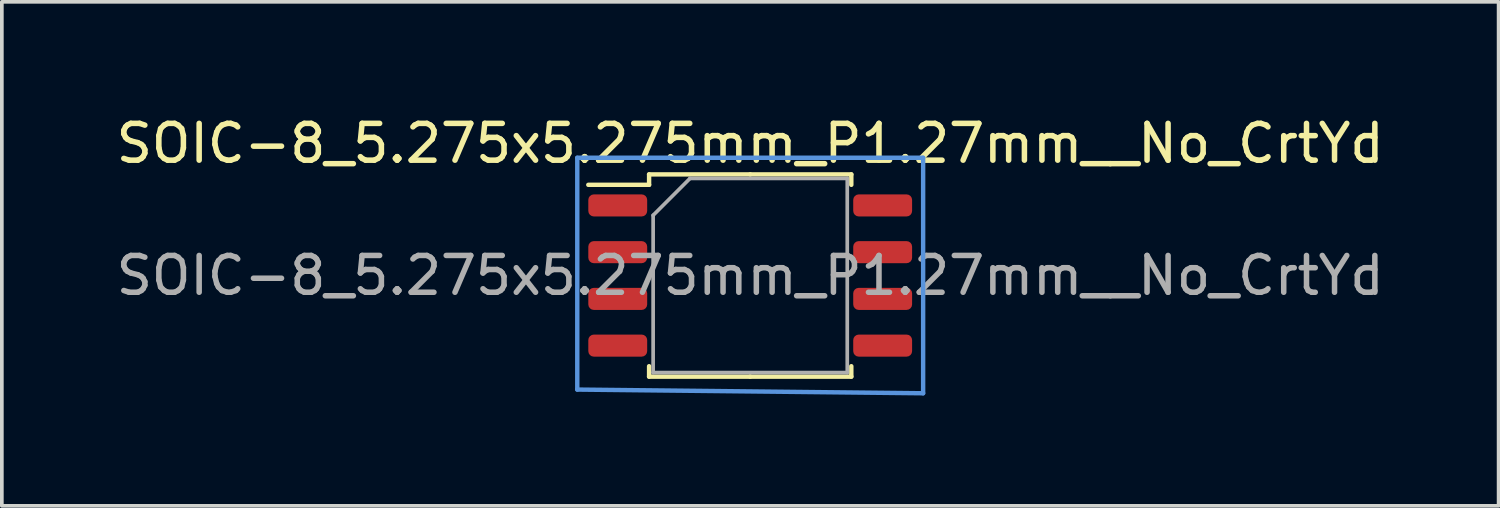
<source format=kicad_pcb>
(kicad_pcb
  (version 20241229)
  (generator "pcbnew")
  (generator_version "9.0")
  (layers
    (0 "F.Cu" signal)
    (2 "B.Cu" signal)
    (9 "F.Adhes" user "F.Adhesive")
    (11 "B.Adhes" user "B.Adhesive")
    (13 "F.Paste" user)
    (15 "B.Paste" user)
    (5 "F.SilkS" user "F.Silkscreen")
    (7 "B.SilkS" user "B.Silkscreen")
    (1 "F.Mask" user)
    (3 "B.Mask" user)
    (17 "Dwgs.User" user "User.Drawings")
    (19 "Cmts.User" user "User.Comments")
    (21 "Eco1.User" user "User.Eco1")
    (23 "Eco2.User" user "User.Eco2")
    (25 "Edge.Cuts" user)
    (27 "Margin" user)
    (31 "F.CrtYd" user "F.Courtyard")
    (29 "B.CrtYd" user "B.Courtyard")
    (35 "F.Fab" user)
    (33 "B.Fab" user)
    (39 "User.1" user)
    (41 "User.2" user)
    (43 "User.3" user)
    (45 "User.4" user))
  (footprint "SOIC-8_5.275x5.275mm_P1.27mm__No_CrtYd"
    (layer "F.Cu")
    (at 17.339 4.438)
    (property "Reference" "SOIC-8_5.275x5.275mm_P1.27mm__No_CrtYd" (at 0 -3.59 0) (layer "F.SilkS") (effects (font (size 1 1) (thickness 0.15))))
    (attr smd)
    (fp_line (start -2.748 -2.748) (end -2.748 -2.465) (stroke (width 0.12) (type solid)) (layer "F.SilkS"))
    (fp_line (start -2.748 -2.465) (end -4.4 -2.465) (stroke (width 0.12) (type solid)) (layer "F.SilkS"))
    (fp_line (start -2.748 2.748) (end -2.748 2.465) (stroke (width 0.12) (type solid)) (layer "F.SilkS"))
    (fp_line (start 0 -2.748) (end -2.748 -2.748) (stroke (width 0.12) (type solid)) (layer "F.SilkS"))
    (fp_line (start 0 -2.748) (end 2.748 -2.748) (stroke (width 0.12) (type solid)) (layer "F.SilkS"))
    (fp_line (start 0 2.748) (end -2.748 2.748) (stroke (width 0.12) (type solid)) (layer "F.SilkS"))
    (fp_line (start 0 2.748) (end 2.748 2.748) (stroke (width 0.12) (type solid)) (layer "F.SilkS"))
    (fp_line (start 2.748 -2.748) (end 2.748 -2.465) (stroke (width 0.12) (type solid)) (layer "F.SilkS"))
    (fp_line (start 2.748 2.748) (end 2.748 2.465) (stroke (width 0.12) (type solid)) (layer "F.SilkS"))
    (fp_line (start -4.7 -3.2) (end 4.7 -3.2) (stroke (width 0.12) (type solid)) (layer "Cmts.User"))
    (fp_line (start -4.7 3.1) (end -4.7 -3.2) (stroke (width 0.12) (type solid)) (layer "Cmts.User"))
    (fp_line (start 4.7 -3.2) (end 4.7 3.2) (stroke (width 0.12) (type solid)) (layer "Cmts.User"))
    (fp_line (start 4.7 3.2) (end -4.7 3.1) (stroke (width 0.12) (type solid)) (layer "Cmts.User"))
    (fp_line (start -2.638 -1.637) (end -1.637 -2.638) (stroke (width 0.1) (type solid)) (layer "F.Fab"))
    (fp_line (start -2.638 2.638) (end -2.638 -1.637) (stroke (width 0.1) (type solid)) (layer "F.Fab"))
    (fp_line (start -1.637 -2.638) (end 2.638 -2.638) (stroke (width 0.1) (type solid)) (layer "F.Fab"))
    (fp_line (start 2.638 -2.638) (end 2.638 2.638) (stroke (width 0.1) (type solid)) (layer "F.Fab"))
    (fp_line (start 2.638 2.638) (end -2.638 2.638) (stroke (width 0.1) (type solid)) (layer "F.Fab"))
    (fp_text user "${REFERENCE}" (at 0 0 0) (layer "F.Fab") (effects (font (size 1 1) (thickness 0.15))))
    (pad "1" smd roundrect (at -3.6 -1.905) (size 1.6 0.6) (layers "F.Cu" "F.Mask" "F.Paste") (roundrect_rratio 0.25))
    (pad "2" smd roundrect (at -3.6 -0.635) (size 1.6 0.6) (layers "F.Cu" "F.Mask" "F.Paste") (roundrect_rratio 0.25))
    (pad "3" smd roundrect (at -3.6 0.635) (size 1.6 0.6) (layers "F.Cu" "F.Mask" "F.Paste") (roundrect_rratio 0.25))
    (pad "4" smd roundrect (at -3.6 1.905) (size 1.6 0.6) (layers "F.Cu" "F.Mask" "F.Paste") (roundrect_rratio 0.25))
    (pad "5" smd roundrect (at 3.6 1.905) (size 1.6 0.6) (layers "F.Cu" "F.Mask" "F.Paste") (roundrect_rratio 0.25))
    (pad "6" smd roundrect (at 3.6 0.635) (size 1.6 0.6) (layers "F.Cu" "F.Mask" "F.Paste") (roundrect_rratio 0.25))
    (pad "7" smd roundrect (at 3.6 -0.635) (size 1.6 0.6) (layers "F.Cu" "F.Mask" "F.Paste") (roundrect_rratio 0.25))
    (pad "8" smd roundrect (at 3.6 -1.905) (size 1.6 0.6) (layers "F.Cu" "F.Mask" "F.Paste") (roundrect_rratio 0.25)))
  (gr_rect
    (start -3 -3)
    (end 37.679 10.698)
    (stroke (width 0.1) (type default))
    (fill no)
    (layer "Edge.Cuts")))
</source>
